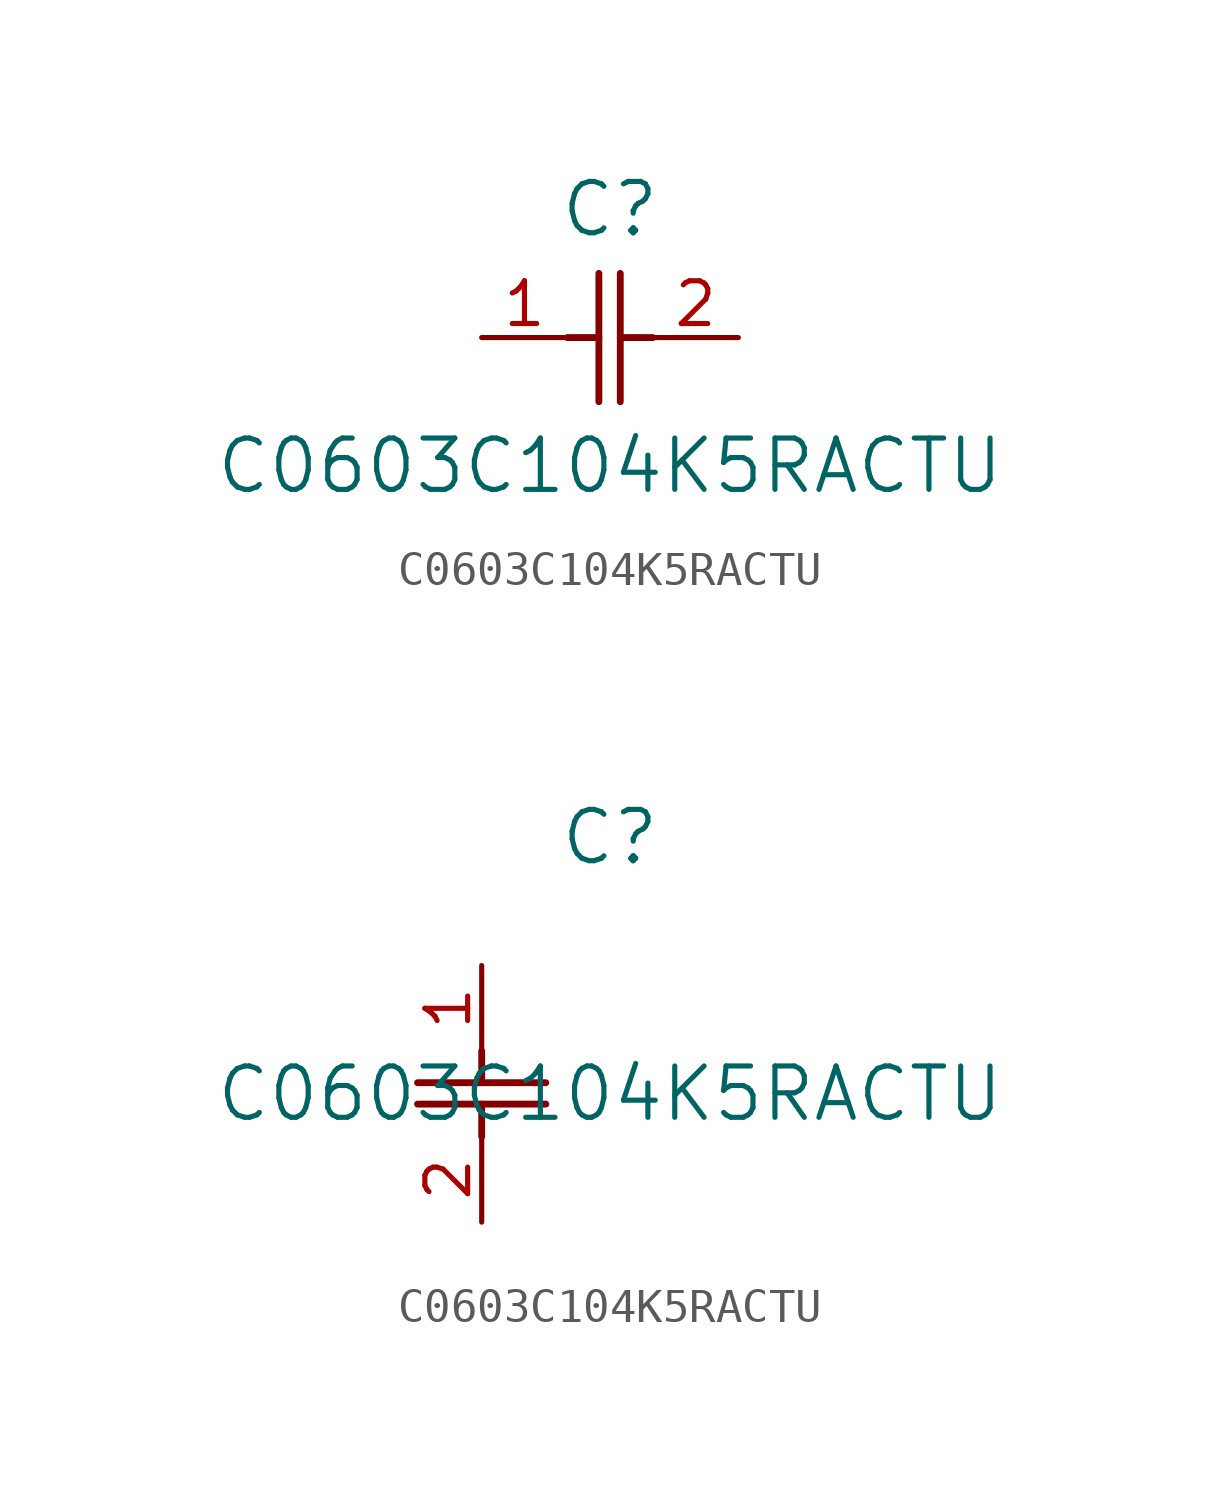
<source format=kicad_sym>
(kicad_symbol_lib
  (version 20211014)
  (generator kicad_symbol_editor)
  (symbol "C0603C104K5RACTU"
    (pin_names
      (offset 0.254))
    (property "Reference" "C"
      (at 3.81 3.81 0)
      (effects (font (size 1.524 1.524))))
    (property "Value" "C0603C104K5RACTU"
      (at 3.81 -3.81 0)
      (effects (font (size 1.524 1.524))))
    (symbol "C0603C104K5RACTU_1_1"
      (polyline (pts (xy 3.48 -1.905) (xy 3.48 1.905)) (stroke (width 0.203) (type default) (color 0 0 0 0)) (fill (type none)))
      (polyline (pts (xy 4.115 -1.905) (xy 4.115 1.905)) (stroke (width 0.203) (type default) (color 0 0 0 0)) (fill (type none)))
      (polyline (pts (xy 4.115 0) (xy 5.08 0)) (stroke (width 0.203) (type default) (color 0 0 0 0)) (fill (type none)))
      (polyline (pts (xy 2.54 0) (xy 3.48 0)) (stroke (width 0.203) (type default) (color 0 0 0 0)) (fill (type none)))
      (pin unspecified line (at 0 0 0) (length 2.54) (name "" (effects (font (size 1.27 1.27)))) (number "1" (effects (font (size 1.27 1.27)))))
      (pin unspecified line (at 7.62 0 180) (length 2.54) (name "" (effects (font (size 1.27 1.27)))) (number "2" (effects (font (size 1.27 1.27))))))
    (symbol "C0603C104K5RACTU_1_2"
      (polyline (pts (xy -1.905 -3.48) (xy 1.905 -3.48)) (stroke (width 0.203) (type default) (color 0 0 0 0)) (fill (type none)))
      (polyline (pts (xy -1.905 -4.115) (xy 1.905 -4.115)) (stroke (width 0.203) (type default) (color 0 0 0 0)) (fill (type none)))
      (polyline (pts (xy 0 -4.115) (xy 0 -5.08)) (stroke (width 0.203) (type default) (color 0 0 0 0)) (fill (type none)))
      (polyline (pts (xy 0 -2.54) (xy 0 -3.48)) (stroke (width 0.203) (type default) (color 0 0 0 0)) (fill (type none)))
      (pin unspecified line (at 0 0 270) (length 2.54) (name "" (effects (font (size 1.27 1.27)))) (number "1" (effects (font (size 1.27 1.27)))))
      (pin unspecified line (at 0 -7.62 90) (length 2.54) (name "" (effects (font (size 1.27 1.27)))) (number "2" (effects (font (size 1.27 1.27))))))))
</source>
